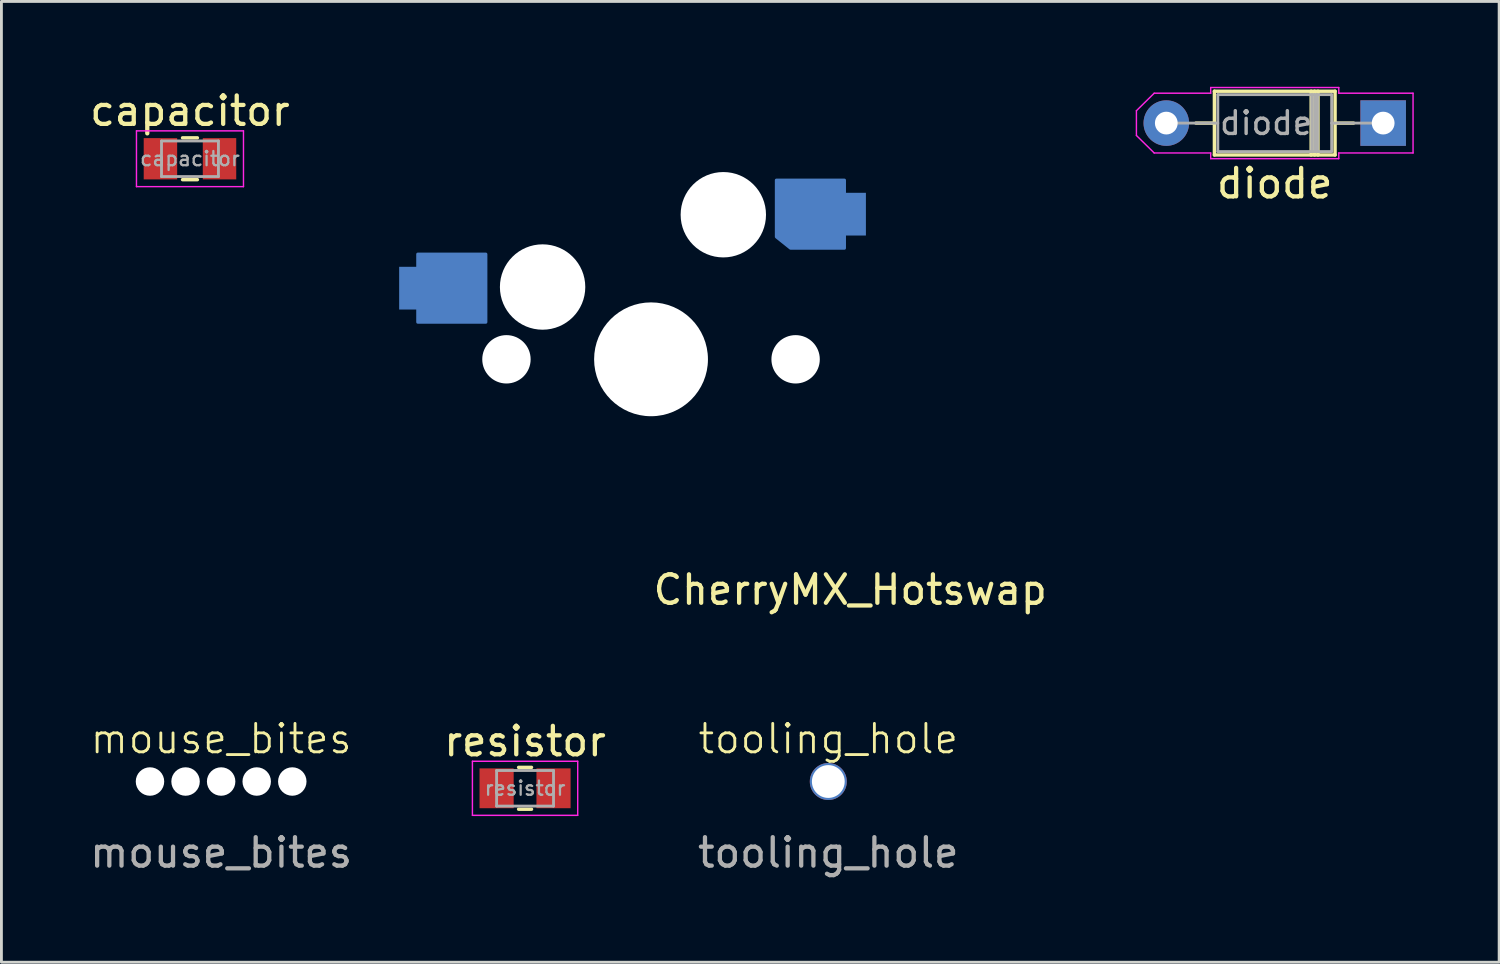
<source format=kicad_pcb>
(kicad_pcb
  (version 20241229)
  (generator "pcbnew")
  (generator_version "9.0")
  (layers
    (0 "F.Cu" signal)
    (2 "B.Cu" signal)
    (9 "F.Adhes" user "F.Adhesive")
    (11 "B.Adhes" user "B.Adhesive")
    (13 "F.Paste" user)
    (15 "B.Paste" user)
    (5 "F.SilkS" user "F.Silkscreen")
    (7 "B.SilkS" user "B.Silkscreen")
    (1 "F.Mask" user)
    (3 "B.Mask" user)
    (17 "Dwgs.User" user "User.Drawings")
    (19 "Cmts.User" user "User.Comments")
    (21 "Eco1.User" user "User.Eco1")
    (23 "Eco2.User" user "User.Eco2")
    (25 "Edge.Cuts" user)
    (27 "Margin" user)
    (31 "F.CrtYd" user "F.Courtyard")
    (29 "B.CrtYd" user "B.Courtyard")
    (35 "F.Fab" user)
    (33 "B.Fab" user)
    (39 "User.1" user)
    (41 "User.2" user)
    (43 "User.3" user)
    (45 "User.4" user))
  (footprint "mouse_bites"
    (layer "F.Cu")
    (at 4.72 24.41)
    (property "Reference" "mouse_bites" (at 0 -1.5 0) (unlocked yes) (layer "F.SilkS") (effects (font (size 1 1) (thickness 0.1))))
    (attr through_hole)
    (fp_text user "${REFERENCE}" (at 0 2.5 0) (unlocked yes) (layer "F.Fab") (effects (font (size 1 1) (thickness 0.15))))
    (pad "" np_thru_hole circle (at -2.5 0) (size 1 1) (drill 1) (layers "*.Cu" "*.Mask"))
    (pad "" np_thru_hole circle (at -1.25 0) (size 1 1) (drill 1) (layers "*.Cu" "*.Mask"))
    (pad "" np_thru_hole circle (at 0 0) (size 1 1) (drill 1) (layers "*.Cu" "*.Mask"))
    (pad "" np_thru_hole circle (at 1.25 0) (size 1 1) (drill 1) (layers "*.Cu" "*.Mask"))
    (pad "" np_thru_hole circle (at 2.5 0) (size 1 1) (drill 1) (layers "*.Cu" "*.Mask")))
  (footprint "capacitor"
    (layer "F.Cu")
    (at 3.625 2.528)
    (property "Reference" "capacitor" (at 0 -1.68 0) (layer "F.SilkS") (effects (font (size 1 1) (thickness 0.15))))
    (attr smd)
    (fp_line (start -0.261 -0.735) (end 0.261 -0.735) (stroke (width 0.12) (type solid)) (layer "F.SilkS"))
    (fp_line (start -0.261 0.735) (end 0.261 0.735) (stroke (width 0.12) (type solid)) (layer "F.SilkS"))
    (fp_line (start -1.88 -0.98) (end 1.88 -0.98) (stroke (width 0.05) (type solid)) (layer "F.CrtYd"))
    (fp_line (start -1.88 0.98) (end -1.88 -0.98) (stroke (width 0.05) (type solid)) (layer "F.CrtYd"))
    (fp_line (start 1.88 -0.98) (end 1.88 0.98) (stroke (width 0.05) (type solid)) (layer "F.CrtYd"))
    (fp_line (start 1.88 0.98) (end -1.88 0.98) (stroke (width 0.05) (type solid)) (layer "F.CrtYd"))
    (fp_line (start -1 -0.625) (end 1 -0.625) (stroke (width 0.1) (type solid)) (layer "F.Fab"))
    (fp_line (start -1 0.625) (end -1 -0.625) (stroke (width 0.1) (type solid)) (layer "F.Fab"))
    (fp_line (start 1 -0.625) (end 1 0.625) (stroke (width 0.1) (type solid)) (layer "F.Fab"))
    (fp_line (start 1 0.625) (end -1 0.625) (stroke (width 0.1) (type solid)) (layer "F.Fab"))
    (fp_text user "${REFERENCE}" (at 0 0 0) (layer "F.Fab") (effects (font (size 0.5 0.5) (thickness 0.08))))
    (pad "1" smd rect (at -1.038 0) (size 1.175 1.45) (layers "F.Cu" "F.Mask" "F.Paste"))
    (pad "2" smd rect (at 1.038 0) (size 1.175 1.45) (layers "F.Cu" "F.Mask" "F.Paste")))
  (footprint "resistor"
    (layer "F.Cu")
    (at 15.399 24.648)
    (property "Reference" "resistor" (at 0 -1.65 0) (layer "F.SilkS") (effects (font (size 1 1) (thickness 0.15))))
    (attr smd)
    (fp_line (start -0.227 -0.735) (end 0.227 -0.735) (stroke (width 0.12) (type solid)) (layer "F.SilkS"))
    (fp_line (start -0.227 0.735) (end 0.227 0.735) (stroke (width 0.12) (type solid)) (layer "F.SilkS"))
    (fp_line (start -1.85 -0.95) (end 1.85 -0.95) (stroke (width 0.05) (type solid)) (layer "F.CrtYd"))
    (fp_line (start -1.85 0.95) (end -1.85 -0.95) (stroke (width 0.05) (type solid)) (layer "F.CrtYd"))
    (fp_line (start 1.85 -0.95) (end 1.85 0.95) (stroke (width 0.05) (type solid)) (layer "F.CrtYd"))
    (fp_line (start 1.85 0.95) (end -1.85 0.95) (stroke (width 0.05) (type solid)) (layer "F.CrtYd"))
    (fp_line (start -1 -0.625) (end 1 -0.625) (stroke (width 0.1) (type solid)) (layer "F.Fab"))
    (fp_line (start -1 0.625) (end -1 -0.625) (stroke (width 0.1) (type solid)) (layer "F.Fab"))
    (fp_line (start 1 -0.625) (end 1 0.625) (stroke (width 0.1) (type solid)) (layer "F.Fab"))
    (fp_line (start 1 0.625) (end -1 0.625) (stroke (width 0.1) (type solid)) (layer "F.Fab"))
    (fp_text user "${REFERENCE}" (at 0 0 0) (layer "F.Fab") (effects (font (size 0.5 0.5) (thickness 0.08))))
    (pad "1" smd rect (at -1 0) (size 1.2 1.4) (layers "F.Cu" "F.Mask" "F.Paste"))
    (pad "2" smd rect (at 1 0) (size 1.2 1.4) (layers "F.Cu" "F.Mask" "F.Paste")))
  (footprint "diode"
    (layer "F.Cu")
    (at 37.94 1.275)
    (property "Reference" "diode" (at 3.8 2.12 180) (layer "F.SilkS") (effects (font (size 1 1) (thickness 0.15))))
    (attr through_hole)
    (fp_line (start 1.03 0) (end 1.68 0) (stroke (width 0.12) (type solid)) (layer "F.SilkS"))
    (fp_line (start 1.68 -1.12) (end 1.68 1.12) (stroke (width 0.12) (type solid)) (layer "F.SilkS"))
    (fp_line (start 1.68 1.12) (end 5.92 1.12) (stroke (width 0.12) (type solid)) (layer "F.SilkS"))
    (fp_line (start 5.08 1.12) (end 5.08 -1.12) (stroke (width 0.12) (type solid)) (layer "F.SilkS"))
    (fp_line (start 5.2 1.12) (end 5.2 -1.12) (stroke (width 0.12) (type solid)) (layer "F.SilkS"))
    (fp_line (start 5.32 1.12) (end 5.32 -1.12) (stroke (width 0.12) (type solid)) (layer "F.SilkS"))
    (fp_line (start 5.92 -1.12) (end 1.68 -1.12) (stroke (width 0.12) (type solid)) (layer "F.SilkS"))
    (fp_line (start 5.92 1.12) (end 5.92 -1.12) (stroke (width 0.12) (type solid)) (layer "F.SilkS"))
    (fp_line (start 6.57 0) (end 5.92 0) (stroke (width 0.12) (type solid)) (layer "F.SilkS"))
    (fp_line (start -1.06 -0.435) (end -1.06 0.435) (stroke (width 0.05) (type default)) (layer "F.CrtYd"))
    (fp_line (start -1.06 0.435) (end -0.435 1.05) (stroke (width 0.05) (type default)) (layer "F.CrtYd"))
    (fp_line (start -0.435 -1.05) (end -1.06 -0.435) (stroke (width 0.05) (type default)) (layer "F.CrtYd"))
    (fp_line (start 1.55 -1.05) (end -0.435 -1.05) (stroke (width 0.05) (type default)) (layer "F.CrtYd"))
    (fp_line (start 1.55 -1.05) (end 1.55 -1.25) (stroke (width 0.05) (type default)) (layer "F.CrtYd"))
    (fp_line (start 1.55 1.05) (end -0.435 1.05) (stroke (width 0.05) (type default)) (layer "F.CrtYd"))
    (fp_line (start 1.55 1.05) (end 1.55 1.25) (stroke (width 0.05) (type default)) (layer "F.CrtYd"))
    (fp_line (start 6.05 -1.25) (end 1.55 -1.25) (stroke (width 0.05) (type solid)) (layer "F.CrtYd"))
    (fp_line (start 6.05 -1.05) (end 6.05 -1.25) (stroke (width 0.05) (type default)) (layer "F.CrtYd"))
    (fp_line (start 6.05 -1.05) (end 8.66 -1.05) (stroke (width 0.05) (type default)) (layer "F.CrtYd"))
    (fp_line (start 6.05 1.05) (end 6.05 1.25) (stroke (width 0.05) (type default)) (layer "F.CrtYd"))
    (fp_line (start 6.05 1.05) (end 8.66 1.05) (stroke (width 0.05) (type default)) (layer "F.CrtYd"))
    (fp_line (start 6.05 1.25) (end 1.55 1.25) (stroke (width 0.05) (type solid)) (layer "F.CrtYd"))
    (fp_line (start 8.66 -1.05) (end 8.66 1.05) (stroke (width 0.05) (type default)) (layer "F.CrtYd"))
    (fp_line (start -0.01 0) (end 1.8 0) (stroke (width 0.1) (type solid)) (layer "F.Fab"))
    (fp_line (start 1.8 -1) (end 1.8 1) (stroke (width 0.1) (type solid)) (layer "F.Fab"))
    (fp_line (start 1.8 1) (end 5.8 1) (stroke (width 0.1) (type solid)) (layer "F.Fab"))
    (fp_line (start 5.1 1) (end 5.1 -1) (stroke (width 0.1) (type solid)) (layer "F.Fab"))
    (fp_line (start 5.2 1) (end 5.2 -1) (stroke (width 0.1) (type solid)) (layer "F.Fab"))
    (fp_line (start 5.3 1) (end 5.3 -1) (stroke (width 0.1) (type solid)) (layer "F.Fab"))
    (fp_line (start 5.8 -1) (end 1.8 -1) (stroke (width 0.1) (type solid)) (layer "F.Fab"))
    (fp_line (start 5.8 1) (end 5.8 -1) (stroke (width 0.1) (type solid)) (layer "F.Fab"))
    (fp_line (start 7.61 0) (end 5.8 0) (stroke (width 0.1) (type solid)) (layer "F.Fab"))
    (fp_text user "${REFERENCE}" (at 3.5 0 180) (layer "F.Fab") (effects (font (size 0.8 0.8) (thickness 0.12))))
    (pad "1" thru_hole rect (at 7.61 0 180) (size 1.6 1.6) (drill 0.8) (layers "*.Cu" "*.Mask"))
    (pad "2" thru_hole oval (at -0.01 0 180) (size 1.6 1.6) (drill 0.8) (layers "*.Cu" "*.Mask")))
  (footprint "tooling_hole"
    (layer "F.Cu")
    (at 26.054 24.41)
    (property "Reference" "tooling_hole" (at 0 -1.5 0) (unlocked yes) (layer "F.SilkS") (effects (font (size 1 1) (thickness 0.1))))
    (attr through_hole)
    (fp_text user "${REFERENCE}" (at 0 2.5 0) (unlocked yes) (layer "F.Fab") (effects (font (size 1 1) (thickness 0.15))))
    (pad "" np_thru_hole circle (at 0 0) (size 1.3 1.3) (drill 1.152) (layers "*.Cu" "*.Mask")))
  (footprint "CherryMX_Hotswap"
    (layer "F.Cu")
    (at 19.825 9.575)
    (property "Reference" "CherryMX_Hotswap" (at 7 8.1 0) (layer "F.SilkS") (effects (font (size 1 1) (thickness 0.15))))
    (attr through_hole)
    (fp_line (start -9.5 -9.5) (end 9.5 -9.5) (stroke (width 0.15) (type solid)) (layer "Eco1.User"))
    (fp_line (start -9.5 9.5) (end -9.5 -9.5) (stroke (width 0.15) (type solid)) (layer "Eco1.User"))
    (fp_line (start 9.5 -9.5) (end 9.5 9.5) (stroke (width 0.15) (type solid)) (layer "Eco1.User"))
    (fp_line (start 9.5 9.5) (end -9.5 9.5) (stroke (width 0.15) (type solid)) (layer "Eco1.User"))
    (fp_line (start -7 -7) (end 7 -7) (stroke (width 0.15) (type solid)) (layer "Eco2.User"))
    (fp_line (start -7 7) (end -7 -7) (stroke (width 0.15) (type solid)) (layer "Eco2.User"))
    (fp_line (start 7 -7) (end 7 7) (stroke (width 0.15) (type solid)) (layer "Eco2.User"))
    (fp_line (start 7 7) (end -7 7) (stroke (width 0.15) (type solid)) (layer "Eco2.User"))
    (pad "" np_thru_hole circle (at -5.08 0) (size 1.7 1.7) (drill 1.7) (layers "*.Cu" "*.Mask"))
    (pad "" np_thru_hole circle (at -3.81 -2.54 180) (size 3 3) (drill 3) (layers "*.Cu" "*.Mask"))
    (pad "" np_thru_hole circle (at 0 0 90) (size 4 4) (drill 4) (layers "*.Cu" "*.Mask"))
    (pad "" np_thru_hole circle (at 2.54 -5.08 180) (size 3 3) (drill 3) (layers "*.Cu" "*.Mask"))
    (pad "" np_thru_hole circle (at 5.08 0) (size 1.7 1.7) (drill 1.7) (layers "*.Cu" "*.Mask"))
    (pad "1" smd custom (at -8.5 -2.5) (size 0.7 1.5) (layers "B.Cu" "B.Mask" "B.Paste") (options (anchor rect)) (primitives (gr_poly (pts (xy 0.3 -1.2) (xy 2.7 -1.2) (xy 2.7 1.2) (xy 0.3 1.2)) (width 0.1) (fill yes))))
    (pad "2" smd custom (at 7.2 -5.1) (size 0.7 1.5) (layers "B.Cu" "B.Mask" "B.Paste") (options (anchor rect)) (primitives (gr_poly (pts (xy -0.4 -1.2) (xy -2.8 -1.2) (xy -2.8 0.8) (xy -2.3 1.2) (xy -0.4 1.2)) (width 0.1) (fill yes)))))
  (gr_rect
    (start -3 -3)
    (end 49.625 30.759)
    (stroke (width 0.1) (type default))
    (fill no)
    (layer "Edge.Cuts")))
</source>
